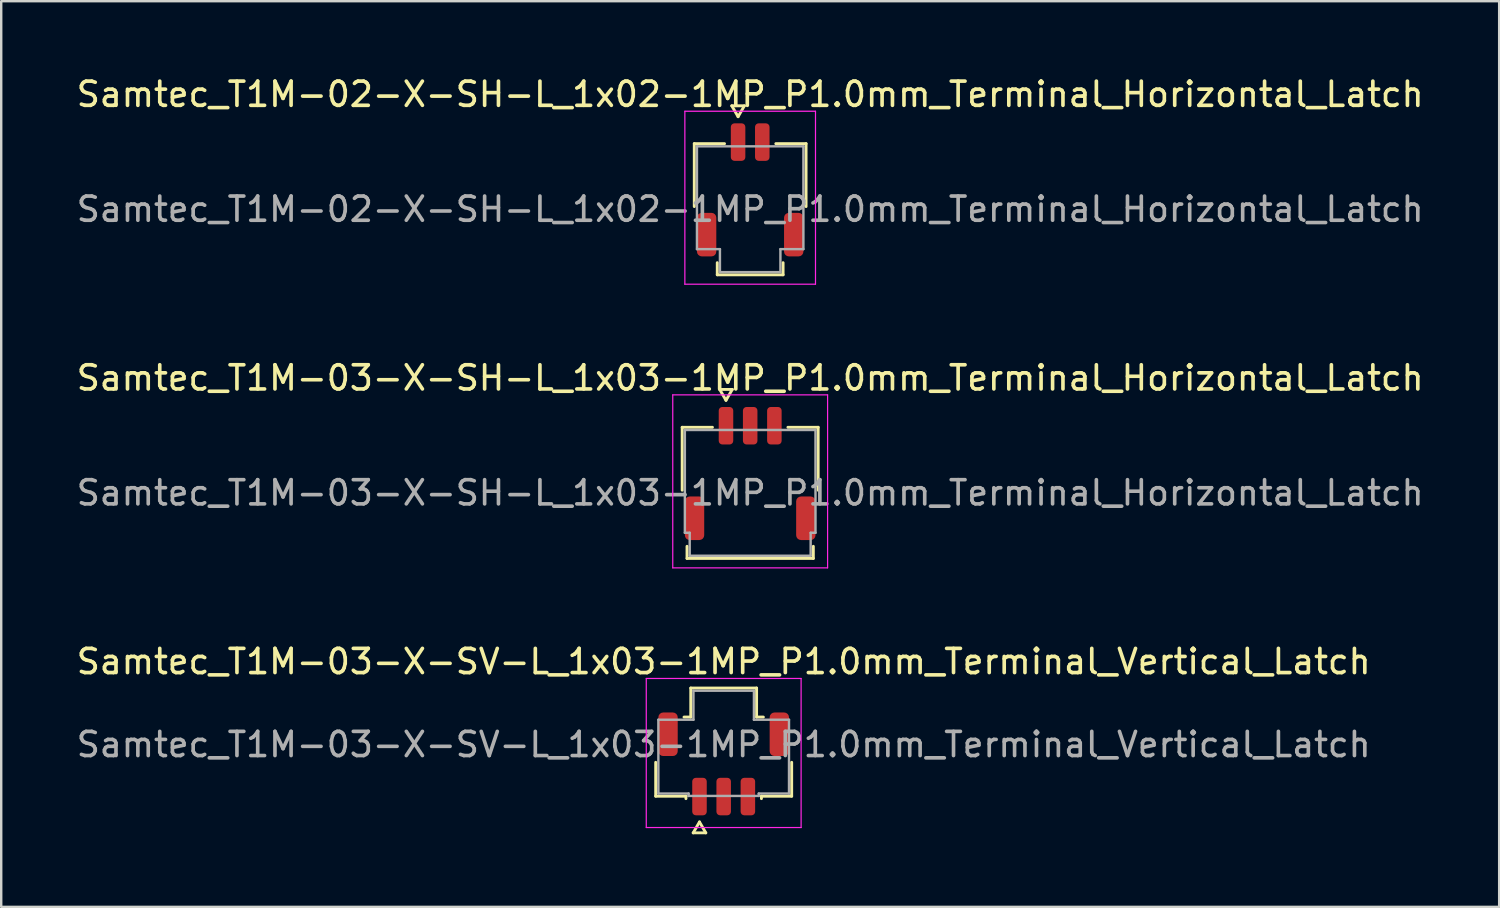
<source format=kicad_pcb>
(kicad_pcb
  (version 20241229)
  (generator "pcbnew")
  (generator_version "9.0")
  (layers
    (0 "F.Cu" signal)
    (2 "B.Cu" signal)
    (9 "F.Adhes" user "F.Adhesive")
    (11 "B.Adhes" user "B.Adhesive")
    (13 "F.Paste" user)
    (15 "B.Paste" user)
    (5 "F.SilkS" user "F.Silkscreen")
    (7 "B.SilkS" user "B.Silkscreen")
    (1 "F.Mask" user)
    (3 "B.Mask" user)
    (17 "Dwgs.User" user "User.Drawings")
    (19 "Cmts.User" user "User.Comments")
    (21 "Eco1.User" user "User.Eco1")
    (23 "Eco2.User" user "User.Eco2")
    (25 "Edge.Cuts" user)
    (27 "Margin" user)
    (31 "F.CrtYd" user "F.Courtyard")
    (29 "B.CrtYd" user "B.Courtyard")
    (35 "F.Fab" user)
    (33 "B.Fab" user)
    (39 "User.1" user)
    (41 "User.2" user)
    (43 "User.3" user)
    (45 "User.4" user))
  (footprint "Samtec_T1M-02-X-SH-L_1x02-1MP_P1.0mm_Terminal_Horizontal_Latch"
    (layer "F.Cu")
    (at 27.958 5.598)
    (property "Reference" "Samtec_T1M-02-X-SH-L_1x02-1MP_P1.0mm_Terminal_Horizontal_Latch" (at 0 -4.75 0) (layer "F.SilkS") (effects (font (size 1 1) (thickness 0.15))))
    (attr smd)
    (fp_line (start -2.31 -2.71) (end -1.06 -2.71) (stroke (width 0.12) (type solid)) (layer "F.SilkS"))
    (fp_line (start -2.31 -0.11) (end -2.31 -2.71) (stroke (width 0.12) (type solid)) (layer "F.SilkS"))
    (fp_line (start -1.36 2.71) (end -1.36 2.21) (stroke (width 0.12) (type solid)) (layer "F.SilkS"))
    (fp_line (start -0.76 -4.275) (end -0.5 -3.825) (stroke (width 0.12) (type solid)) (layer "F.SilkS"))
    (fp_line (start -0.5 -3.825) (end -0.24 -4.275) (stroke (width 0.12) (type solid)) (layer "F.SilkS"))
    (fp_line (start -0.24 -4.275) (end -0.76 -4.275) (stroke (width 0.12) (type solid)) (layer "F.SilkS"))
    (fp_line (start 1.06 -2.71) (end 2.31 -2.71) (stroke (width 0.12) (type solid)) (layer "F.SilkS"))
    (fp_line (start 1.36 2.21) (end 1.36 2.71) (stroke (width 0.12) (type solid)) (layer "F.SilkS"))
    (fp_line (start 1.36 2.71) (end -1.36 2.71) (stroke (width 0.12) (type solid)) (layer "F.SilkS"))
    (fp_line (start 2.31 -2.71) (end 2.31 -0.11) (stroke (width 0.12) (type solid)) (layer "F.SilkS"))
    (fp_line (start -2.7 -4.05) (end -2.7 3.1) (stroke (width 0.05) (type solid)) (layer "F.CrtYd"))
    (fp_line (start -2.7 3.1) (end 2.7 3.1) (stroke (width 0.05) (type solid)) (layer "F.CrtYd"))
    (fp_line (start 2.7 -4.05) (end -2.7 -4.05) (stroke (width 0.05) (type solid)) (layer "F.CrtYd"))
    (fp_line (start 2.7 3.1) (end 2.7 -4.05) (stroke (width 0.05) (type solid)) (layer "F.CrtYd"))
    (fp_line (start -2.2 -2.6) (end 2.2 -2.6) (stroke (width 0.1) (type solid)) (layer "F.Fab"))
    (fp_line (start -2.2 1.65) (end -2.2 -2.6) (stroke (width 0.1) (type solid)) (layer "F.Fab"))
    (fp_line (start -1.25 1.65) (end -2.2 1.65) (stroke (width 0.1) (type solid)) (layer "F.Fab"))
    (fp_line (start -1.25 2.6) (end -1.25 1.65) (stroke (width 0.1) (type solid)) (layer "F.Fab"))
    (fp_line (start 1.25 1.65) (end 1.25 2.6) (stroke (width 0.1) (type solid)) (layer "F.Fab"))
    (fp_line (start 1.25 2.6) (end -1.25 2.6) (stroke (width 0.1) (type solid)) (layer "F.Fab"))
    (fp_line (start 2.2 -2.6) (end 2.2 1.65) (stroke (width 0.1) (type solid)) (layer "F.Fab"))
    (fp_line (start 2.2 1.65) (end 1.25 1.65) (stroke (width 0.1) (type solid)) (layer "F.Fab"))
    (fp_text user "${REFERENCE}" (at 0 0 0) (layer "F.Fab") (effects (font (size 1 1) (thickness 0.15))))
    (pad "1" smd roundrect (at -0.5 -2.775) (size 0.6 1.55) (layers "F.Cu" "F.Mask" "F.Paste") (roundrect_rratio 0.25))
    (pad "2" smd roundrect (at 0.5 -2.775) (size 0.6 1.55) (layers "F.Cu" "F.Mask" "F.Paste") (roundrect_rratio 0.25))
    (pad "MP" smd roundrect (at -1.8 1.05) (size 0.8 1.8) (layers "F.Cu" "F.Mask" "F.Paste") (roundrect_rratio 0.25))
    (pad "MP" smd roundrect (at 1.8 1.05) (size 0.8 1.8) (layers "F.Cu" "F.Mask" "F.Paste") (roundrect_rratio 0.25)))
  (footprint "Samtec_T1M-03-X-SH-L_1x03-1MP_P1.0mm_Terminal_Horizontal_Latch"
    (layer "F.Cu")
    (at 27.958 17.322)
    (property "Reference" "Samtec_T1M-03-X-SH-L_1x03-1MP_P1.0mm_Terminal_Horizontal_Latch" (at 0 -4.75 0) (layer "F.SilkS") (effects (font (size 1 1) (thickness 0.15))))
    (attr smd)
    (fp_line (start -2.81 -2.71) (end -1.56 -2.71) (stroke (width 0.12) (type solid)) (layer "F.SilkS"))
    (fp_line (start -2.81 -0.11) (end -2.81 -2.71) (stroke (width 0.12) (type solid)) (layer "F.SilkS"))
    (fp_line (start -2.61 2.71) (end -2.61 2.21) (stroke (width 0.12) (type solid)) (layer "F.SilkS"))
    (fp_line (start -1.26 -4.275) (end -1 -3.825) (stroke (width 0.12) (type solid)) (layer "F.SilkS"))
    (fp_line (start -1 -3.825) (end -0.74 -4.275) (stroke (width 0.12) (type solid)) (layer "F.SilkS"))
    (fp_line (start -0.74 -4.275) (end -1.26 -4.275) (stroke (width 0.12) (type solid)) (layer "F.SilkS"))
    (fp_line (start 1.56 -2.71) (end 2.81 -2.71) (stroke (width 0.12) (type solid)) (layer "F.SilkS"))
    (fp_line (start 2.61 2.21) (end 2.61 2.71) (stroke (width 0.12) (type solid)) (layer "F.SilkS"))
    (fp_line (start 2.61 2.71) (end -2.61 2.71) (stroke (width 0.12) (type solid)) (layer "F.SilkS"))
    (fp_line (start 2.81 -2.71) (end 2.81 -0.11) (stroke (width 0.12) (type solid)) (layer "F.SilkS"))
    (fp_line (start -3.2 -4.05) (end -3.2 3.1) (stroke (width 0.05) (type solid)) (layer "F.CrtYd"))
    (fp_line (start -3.2 3.1) (end 3.2 3.1) (stroke (width 0.05) (type solid)) (layer "F.CrtYd"))
    (fp_line (start 3.2 -4.05) (end -3.2 -4.05) (stroke (width 0.05) (type solid)) (layer "F.CrtYd"))
    (fp_line (start 3.2 3.1) (end 3.2 -4.05) (stroke (width 0.05) (type solid)) (layer "F.CrtYd"))
    (fp_line (start -2.7 -2.6) (end 2.7 -2.6) (stroke (width 0.1) (type solid)) (layer "F.Fab"))
    (fp_line (start -2.7 1.65) (end -2.7 -2.6) (stroke (width 0.1) (type solid)) (layer "F.Fab"))
    (fp_line (start -2.5 1.65) (end -2.7 1.65) (stroke (width 0.1) (type solid)) (layer "F.Fab"))
    (fp_line (start -2.5 2.6) (end -2.5 1.65) (stroke (width 0.1) (type solid)) (layer "F.Fab"))
    (fp_line (start 2.5 1.65) (end 2.5 2.6) (stroke (width 0.1) (type solid)) (layer "F.Fab"))
    (fp_line (start 2.5 2.6) (end -2.5 2.6) (stroke (width 0.1) (type solid)) (layer "F.Fab"))
    (fp_line (start 2.7 -2.6) (end 2.7 1.65) (stroke (width 0.1) (type solid)) (layer "F.Fab"))
    (fp_line (start 2.7 1.65) (end 2.5 1.65) (stroke (width 0.1) (type solid)) (layer "F.Fab"))
    (fp_text user "${REFERENCE}" (at 0 0 0) (layer "F.Fab") (effects (font (size 1 1) (thickness 0.15))))
    (pad "1" smd roundrect (at -1 -2.775) (size 0.6 1.55) (layers "F.Cu" "F.Mask" "F.Paste") (roundrect_rratio 0.25))
    (pad "2" smd roundrect (at 0 -2.775) (size 0.6 1.55) (layers "F.Cu" "F.Mask" "F.Paste") (roundrect_rratio 0.25))
    (pad "3" smd roundrect (at 1 -2.775) (size 0.6 1.55) (layers "F.Cu" "F.Mask" "F.Paste") (roundrect_rratio 0.25))
    (pad "MP" smd roundrect (at -2.3 1.05) (size 0.8 1.8) (layers "F.Cu" "F.Mask" "F.Paste") (roundrect_rratio 0.25))
    (pad "MP" smd roundrect (at 2.3 1.05) (size 0.8 1.8) (layers "F.Cu" "F.Mask" "F.Paste") (roundrect_rratio 0.25)))
  (footprint "Samtec_T1M-03-X-SV-L_1x03-1MP_P1.0mm_Terminal_Vertical_Latch"
    (layer "F.Cu")
    (at 26.863 27.725)
    (property "Reference" "Samtec_T1M-03-X-SV-L_1x03-1MP_P1.0mm_Terminal_Vertical_Latch" (at 0 -3.43 0) (layer "F.SilkS") (effects (font (size 1 1) (thickness 0.15))))
    (attr smd)
    (fp_line (start -2.81 2.135) (end -2.81 0.735) (stroke (width 0.12) (type solid)) (layer "F.SilkS"))
    (fp_line (start -1.64 -1.135) (end -1.36 -1.135) (stroke (width 0.12) (type solid)) (layer "F.SilkS"))
    (fp_line (start -1.56 2.135) (end -2.81 2.135) (stroke (width 0.12) (type solid)) (layer "F.SilkS"))
    (fp_line (start -1.56 2.235) (end -1.56 2.135) (stroke (width 0.12) (type solid)) (layer "F.SilkS"))
    (fp_line (start -1.36 -2.335) (end 1.36 -2.335) (stroke (width 0.12) (type solid)) (layer "F.SilkS"))
    (fp_line (start -1.36 -1.135) (end -1.36 -2.335) (stroke (width 0.12) (type solid)) (layer "F.SilkS"))
    (fp_line (start -1.26 3.65) (end -1 3.2) (stroke (width 0.12) (type solid)) (layer "F.SilkS"))
    (fp_line (start -1 3.2) (end -0.74 3.65) (stroke (width 0.12) (type solid)) (layer "F.SilkS"))
    (fp_line (start -0.74 3.65) (end -1.26 3.65) (stroke (width 0.12) (type solid)) (layer "F.SilkS"))
    (fp_line (start 1.36 -2.335) (end 1.36 -1.135) (stroke (width 0.12) (type solid)) (layer "F.SilkS"))
    (fp_line (start 1.36 -1.135) (end 1.64 -1.135) (stroke (width 0.12) (type solid)) (layer "F.SilkS"))
    (fp_line (start 1.56 2.135) (end 1.56 2.235) (stroke (width 0.12) (type solid)) (layer "F.SilkS"))
    (fp_line (start 2.81 0.735) (end 2.81 2.135) (stroke (width 0.12) (type solid)) (layer "F.SilkS"))
    (fp_line (start 2.81 2.135) (end 1.56 2.135) (stroke (width 0.12) (type solid)) (layer "F.SilkS"))
    (fp_line (start -3.2 -2.73) (end -3.2 3.43) (stroke (width 0.05) (type solid)) (layer "F.CrtYd"))
    (fp_line (start -3.2 3.43) (end 3.2 3.43) (stroke (width 0.05) (type solid)) (layer "F.CrtYd"))
    (fp_line (start 3.2 -2.73) (end -3.2 -2.73) (stroke (width 0.05) (type solid)) (layer "F.CrtYd"))
    (fp_line (start 3.2 3.43) (end 3.2 -2.73) (stroke (width 0.05) (type solid)) (layer "F.CrtYd"))
    (fp_line (start -2.7 -1.025) (end -1.25 -1.025) (stroke (width 0.1) (type solid)) (layer "F.Fab"))
    (fp_line (start -2.7 2.025) (end -2.7 -1.025) (stroke (width 0.1) (type solid)) (layer "F.Fab"))
    (fp_line (start -1.45 2.025) (end -2.7 2.025) (stroke (width 0.1) (type solid)) (layer "F.Fab"))
    (fp_line (start -1.45 2.125) (end -1.45 2.025) (stroke (width 0.1) (type solid)) (layer "F.Fab"))
    (fp_line (start -1.25 -2.225) (end 1.25 -2.225) (stroke (width 0.1) (type solid)) (layer "F.Fab"))
    (fp_line (start -1.25 -1.025) (end -1.25 -2.225) (stroke (width 0.1) (type solid)) (layer "F.Fab"))
    (fp_line (start 1.25 -2.225) (end 1.25 -1.025) (stroke (width 0.1) (type solid)) (layer "F.Fab"))
    (fp_line (start 1.25 -1.025) (end 2.7 -1.025) (stroke (width 0.1) (type solid)) (layer "F.Fab"))
    (fp_line (start 1.45 2.025) (end 1.45 2.125) (stroke (width 0.1) (type solid)) (layer "F.Fab"))
    (fp_line (start 1.45 2.125) (end -1.45 2.125) (stroke (width 0.1) (type solid)) (layer "F.Fab"))
    (fp_line (start 2.7 -1.025) (end 2.7 2.025) (stroke (width 0.1) (type solid)) (layer "F.Fab"))
    (fp_line (start 2.7 2.025) (end 1.45 2.025) (stroke (width 0.1) (type solid)) (layer "F.Fab"))
    (fp_text user "${REFERENCE}" (at 0 0 0) (layer "F.Fab") (effects (font (size 1 1) (thickness 0.15))))
    (pad "1" smd roundrect (at -1 2.15) (size 0.6 1.55) (layers "F.Cu" "F.Mask" "F.Paste") (roundrect_rratio 0.25))
    (pad "2" smd roundrect (at 0 2.15) (size 0.6 1.55) (layers "F.Cu" "F.Mask" "F.Paste") (roundrect_rratio 0.25))
    (pad "3" smd roundrect (at 1 2.15) (size 0.6 1.55) (layers "F.Cu" "F.Mask" "F.Paste") (roundrect_rratio 0.25))
    (pad "MP" smd roundrect (at -2.3 -0.425) (size 0.8 1.8) (layers "F.Cu" "F.Mask" "F.Paste") (roundrect_rratio 0.25))
    (pad "MP" smd roundrect (at 2.3 -0.425) (size 0.8 1.8) (layers "F.Cu" "F.Mask" "F.Paste") (roundrect_rratio 0.25)))
  (gr_rect
    (start -3 -3)
    (end 58.917 34.435)
    (stroke (width 0.1) (type default))
    (fill no)
    (layer "Edge.Cuts")))
</source>
